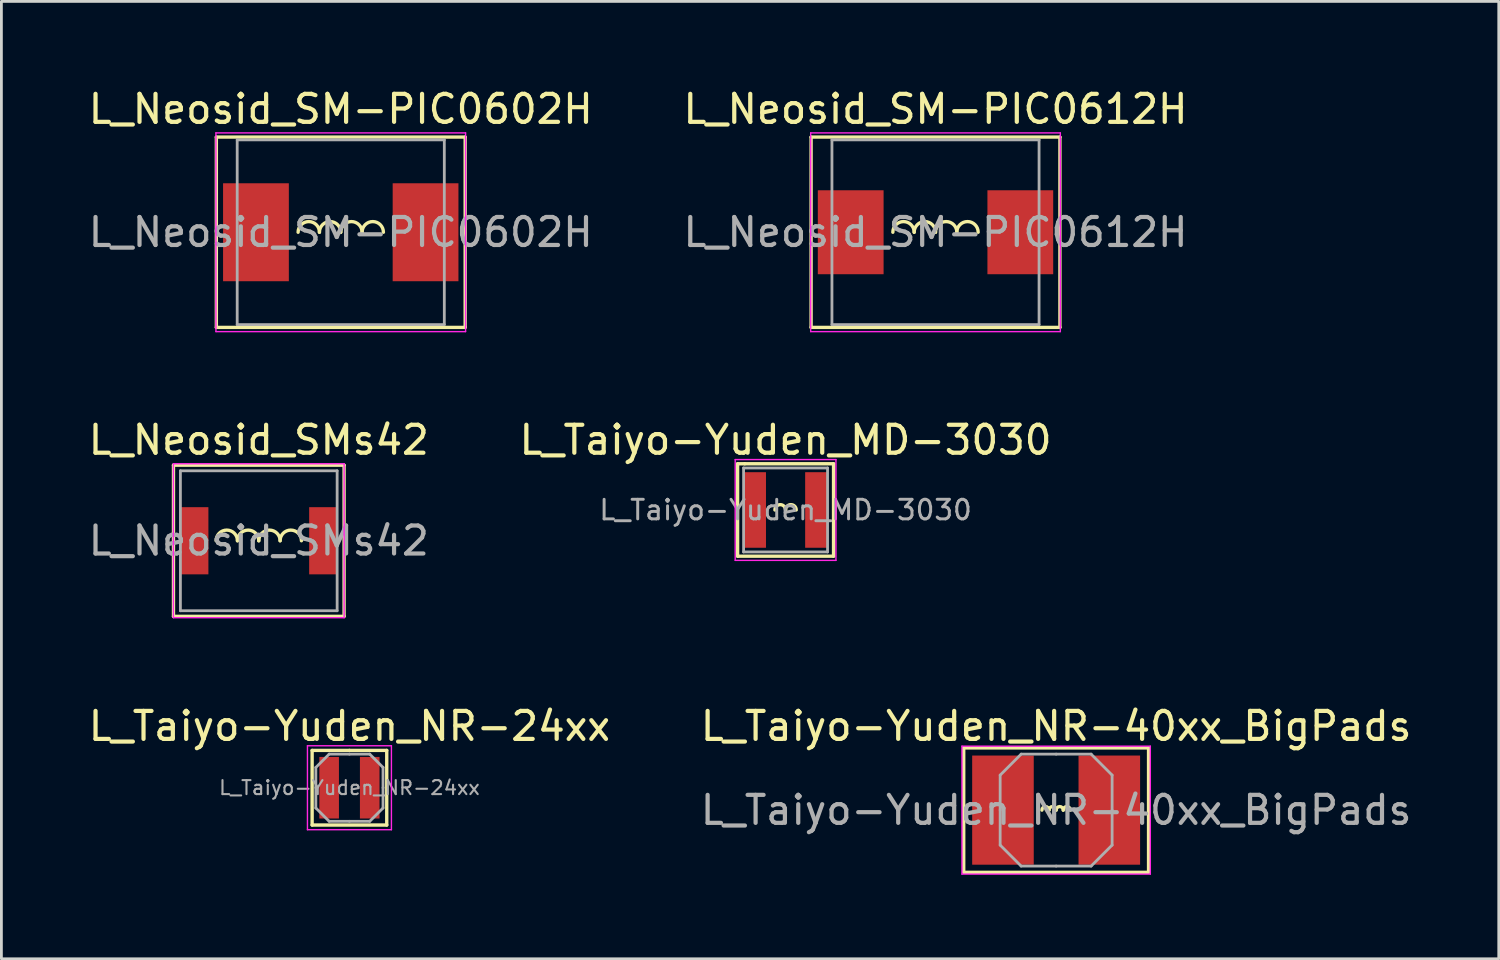
<source format=kicad_pcb>
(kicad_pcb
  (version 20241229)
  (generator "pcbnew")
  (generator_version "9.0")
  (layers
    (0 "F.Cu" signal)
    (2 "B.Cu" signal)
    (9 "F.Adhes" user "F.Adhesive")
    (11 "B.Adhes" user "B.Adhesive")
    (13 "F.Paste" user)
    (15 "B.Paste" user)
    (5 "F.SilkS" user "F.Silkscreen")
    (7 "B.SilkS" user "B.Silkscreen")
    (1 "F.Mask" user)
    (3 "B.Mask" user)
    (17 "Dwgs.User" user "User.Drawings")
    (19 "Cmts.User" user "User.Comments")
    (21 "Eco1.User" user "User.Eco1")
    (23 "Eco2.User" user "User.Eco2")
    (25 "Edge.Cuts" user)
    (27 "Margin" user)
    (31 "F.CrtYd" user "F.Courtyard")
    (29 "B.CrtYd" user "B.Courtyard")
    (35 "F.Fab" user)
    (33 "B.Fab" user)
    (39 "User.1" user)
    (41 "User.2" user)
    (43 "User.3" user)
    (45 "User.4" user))
  (footprint "L_Taiyo-Yuden_NR-40xx_BigPads"
    (layer "F.Cu")
    (at 34.685 25.895)
    (property "Reference" "L_Taiyo-Yuden_NR-40xx_BigPads" (at 0 -3 0) (layer "F.SilkS") (effects (font (size 1 1) (thickness 0.15))))
    (attr smd)
    (fp_line (start -3.302 -2.223) (end 3.302 -2.223) (stroke (width 0.12) (type solid)) (layer "F.SilkS"))
    (fp_line (start -3.302 2.223) (end -3.302 -2.223) (stroke (width 0.12) (type solid)) (layer "F.SilkS"))
    (fp_line (start 3.302 -2.223) (end 3.302 2.223) (stroke (width 0.12) (type solid)) (layer "F.SilkS"))
    (fp_line (start 3.302 2.223) (end -3.302 2.223) (stroke (width 0.12) (type solid)) (layer "F.SilkS"))
    (fp_arc (start -0.508 0) (mid -0.381 -0.127) (end -0.254 0) (stroke (width 0.12) (type solid)) (layer "F.SilkS"))
    (fp_arc (start -0.254 0) (mid -0.127 -0.127) (end 0 0) (stroke (width 0.12) (type solid)) (layer "F.SilkS"))
    (fp_arc (start 0 0) (mid 0.127 -0.127) (end 0.254 0) (stroke (width 0.12) (type solid)) (layer "F.SilkS"))
    (fp_arc (start 0.254 0) (mid 0.381 -0.127) (end 0.508 0) (stroke (width 0.12) (type solid)) (layer "F.SilkS"))
    (fp_line (start -3.365 -2.286) (end -3.365 2.286) (stroke (width 0.05) (type solid)) (layer "F.CrtYd"))
    (fp_line (start -3.365 2.286) (end 3.365 2.286) (stroke (width 0.05) (type solid)) (layer "F.CrtYd"))
    (fp_line (start 3.365 -2.286) (end -3.365 -2.286) (stroke (width 0.05) (type solid)) (layer "F.CrtYd"))
    (fp_line (start 3.365 2.286) (end 3.365 -2.286) (stroke (width 0.05) (type solid)) (layer "F.CrtYd"))
    (fp_line (start -2 -1.25) (end -1.25 -2) (stroke (width 0.1) (type solid)) (layer "F.Fab"))
    (fp_line (start -2 0) (end -2 -1.25) (stroke (width 0.1) (type solid)) (layer "F.Fab"))
    (fp_line (start -2 0) (end -2 1.25) (stroke (width 0.1) (type solid)) (layer "F.Fab"))
    (fp_line (start -2 1.25) (end -1.25 2) (stroke (width 0.1) (type solid)) (layer "F.Fab"))
    (fp_line (start -1.25 -2) (end 0 -2) (stroke (width 0.1) (type solid)) (layer "F.Fab"))
    (fp_line (start -1.25 2) (end 0 2) (stroke (width 0.1) (type solid)) (layer "F.Fab"))
    (fp_line (start 1.25 -2) (end 0 -2) (stroke (width 0.1) (type solid)) (layer "F.Fab"))
    (fp_line (start 1.25 2) (end 0 2) (stroke (width 0.1) (type solid)) (layer "F.Fab"))
    (fp_line (start 2 -1.25) (end 1.25 -2) (stroke (width 0.1) (type solid)) (layer "F.Fab"))
    (fp_line (start 2 0) (end 2 -1.25) (stroke (width 0.1) (type solid)) (layer "F.Fab"))
    (fp_line (start 2 0) (end 2 1.25) (stroke (width 0.1) (type solid)) (layer "F.Fab"))
    (fp_line (start 2 1.25) (end 1.25 2) (stroke (width 0.1) (type solid)) (layer "F.Fab"))
    (fp_text user "${REFERENCE}" (at 0 0 0) (layer "F.Fab") (effects (font (size 1 1) (thickness 0.15))))
    (pad "1" smd rect (at -1.9 0) (size 2.2 3.9) (layers "F.Cu" "F.Mask" "F.Paste"))
    (pad "2" smd rect (at 1.9 0) (size 2.2 3.9) (layers "F.Cu" "F.Mask" "F.Paste")))
  (footprint "L_Taiyo-Yuden_NR-24xx"
    (layer "F.Cu")
    (at 9.435 25.095)
    (property "Reference" "L_Taiyo-Yuden_NR-24xx" (at 0 -2.2 0) (layer "F.SilkS") (effects (font (size 1 1) (thickness 0.15))))
    (attr smd)
    (fp_line (start -1.333 -1.333) (end -1.333 1.333) (stroke (width 0.12) (type solid)) (layer "F.SilkS"))
    (fp_line (start -1.333 1.333) (end 1.333 1.333) (stroke (width 0.12) (type solid)) (layer "F.SilkS"))
    (fp_line (start 0 -1.333) (end -1.333 -1.333) (stroke (width 0.12) (type solid)) (layer "F.SilkS"))
    (fp_line (start 1.333 -1.333) (end 0 -1.333) (stroke (width 0.12) (type solid)) (layer "F.SilkS"))
    (fp_line (start 1.333 1.333) (end 1.333 -1.333) (stroke (width 0.12) (type solid)) (layer "F.SilkS"))
    (fp_line (start -1.5 -1.5) (end -1.5 1.5) (stroke (width 0.05) (type solid)) (layer "F.CrtYd"))
    (fp_line (start -1.5 1.5) (end 1.5 1.5) (stroke (width 0.05) (type solid)) (layer "F.CrtYd"))
    (fp_line (start 1.5 -1.5) (end -1.5 -1.5) (stroke (width 0.05) (type solid)) (layer "F.CrtYd"))
    (fp_line (start 1.5 1.5) (end 1.5 -1.5) (stroke (width 0.05) (type solid)) (layer "F.CrtYd"))
    (fp_line (start -1.2 -0.725) (end -0.725 -1.2) (stroke (width 0.1) (type solid)) (layer "F.Fab"))
    (fp_line (start -1.2 0) (end -1.2 -0.725) (stroke (width 0.1) (type solid)) (layer "F.Fab"))
    (fp_line (start -1.2 0) (end -1.2 0.725) (stroke (width 0.1) (type solid)) (layer "F.Fab"))
    (fp_line (start -1.2 0.725) (end -0.725 1.2) (stroke (width 0.1) (type solid)) (layer "F.Fab"))
    (fp_line (start -0.725 -1.2) (end 0 -1.2) (stroke (width 0.1) (type solid)) (layer "F.Fab"))
    (fp_line (start -0.725 1.2) (end 0 1.2) (stroke (width 0.1) (type solid)) (layer "F.Fab"))
    (fp_line (start 0.725 -1.2) (end 0 -1.2) (stroke (width 0.1) (type solid)) (layer "F.Fab"))
    (fp_line (start 0.725 1.2) (end 0 1.2) (stroke (width 0.1) (type solid)) (layer "F.Fab"))
    (fp_line (start 1.2 -0.725) (end 0.725 -1.2) (stroke (width 0.1) (type solid)) (layer "F.Fab"))
    (fp_line (start 1.2 0) (end 1.2 -0.725) (stroke (width 0.1) (type solid)) (layer "F.Fab"))
    (fp_line (start 1.2 0) (end 1.2 0.725) (stroke (width 0.1) (type solid)) (layer "F.Fab"))
    (fp_line (start 1.2 0.725) (end 0.725 1.2) (stroke (width 0.1) (type solid)) (layer "F.Fab"))
    (fp_text user "${REFERENCE}" (at 0 0 0) (layer "F.Fab") (effects (font (size 0.5 0.5) (thickness 0.075))))
    (pad "1" smd rect (at -0.725 0) (size 0.7 2.2) (layers "F.Cu" "F.Mask" "F.Paste"))
    (pad "2" smd rect (at 0.725 0) (size 0.7 2.2) (layers "F.Cu" "F.Mask" "F.Paste")))
  (footprint "L_Neosid_SM-PIC0612H"
    (layer "F.Cu")
    (at 30.375 5.248)
    (property "Reference" "L_Neosid_SM-PIC0612H" (at 0 -4.4 0) (layer "F.SilkS") (effects (font (size 1 1) (thickness 0.15))))
    (attr smd)
    (fp_line (start -4.445 -3.4) (end -4.445 3.4) (stroke (width 0.12) (type solid)) (layer "F.SilkS"))
    (fp_line (start -4.445 3.4) (end 4.445 3.4) (stroke (width 0.12) (type solid)) (layer "F.SilkS"))
    (fp_line (start 4.445 -3.4) (end -4.445 -3.4) (stroke (width 0.12) (type solid)) (layer "F.SilkS"))
    (fp_line (start 4.445 -3.4) (end 4.445 3.4) (stroke (width 0.12) (type solid)) (layer "F.SilkS"))
    (fp_arc (start -1.524 0) (mid -1.143 -0.381) (end -0.762 0) (stroke (width 0.12) (type solid)) (layer "F.SilkS"))
    (fp_arc (start -0.762 0) (mid -0.381 -0.381) (end 0 0) (stroke (width 0.12) (type solid)) (layer "F.SilkS"))
    (fp_arc (start 0 0) (mid 0.381 -0.381) (end 0.762 0) (stroke (width 0.12) (type solid)) (layer "F.SilkS"))
    (fp_arc (start 0.762 0) (mid 1.143 -0.381) (end 1.524 0) (stroke (width 0.12) (type solid)) (layer "F.SilkS"))
    (fp_line (start -4.46 -3.55) (end -4.46 3.55) (stroke (width 0.05) (type solid)) (layer "F.CrtYd"))
    (fp_line (start -4.46 -3.55) (end 4.46 -3.55) (stroke (width 0.05) (type solid)) (layer "F.CrtYd"))
    (fp_line (start 4.46 3.55) (end -4.46 3.55) (stroke (width 0.05) (type solid)) (layer "F.CrtYd"))
    (fp_line (start 4.46 3.55) (end 4.46 -3.55) (stroke (width 0.05) (type solid)) (layer "F.CrtYd"))
    (fp_line (start -3.7 -3.3) (end 3.7 -3.3) (stroke (width 0.1) (type solid)) (layer "F.Fab"))
    (fp_line (start -3.7 3.3) (end -3.7 -3.3) (stroke (width 0.1) (type solid)) (layer "F.Fab"))
    (fp_line (start 3.7 -3.3) (end 3.7 3.3) (stroke (width 0.1) (type solid)) (layer "F.Fab"))
    (fp_line (start 3.7 3.3) (end -3.7 3.3) (stroke (width 0.1) (type solid)) (layer "F.Fab"))
    (fp_text user "${REFERENCE}" (at 0 0 0) (layer "F.Fab") (effects (font (size 1 1) (thickness 0.15))))
    (pad "1" smd rect (at -3.03 0) (size 2.35 3) (layers "F.Cu" "F.Mask" "F.Paste"))
    (pad "2" smd rect (at 3.03 0) (size 2.35 3) (layers "F.Cu" "F.Mask" "F.Paste")))
  (footprint "L_Taiyo-Yuden_MD-3030"
    (layer "F.Cu")
    (at 25.018 15.171)
    (property "Reference" "L_Taiyo-Yuden_MD-3030" (at 0 -2.5 0) (layer "F.SilkS") (effects (font (size 1 1) (thickness 0.15))))
    (attr smd)
    (fp_line (start -1.714 -1.651) (end -1.714 1.651) (stroke (width 0.12) (type solid)) (layer "F.SilkS"))
    (fp_line (start -1.714 1.651) (end 1.714 1.651) (stroke (width 0.12) (type solid)) (layer "F.SilkS"))
    (fp_line (start -1.46 -1.651) (end -1.714 -1.651) (stroke (width 0.12) (type solid)) (layer "F.SilkS"))
    (fp_line (start 1.714 -1.651) (end -1.46 -1.651) (stroke (width 0.12) (type solid)) (layer "F.SilkS"))
    (fp_line (start 1.714 1.651) (end 1.714 -1.651) (stroke (width 0.12) (type solid)) (layer "F.SilkS"))
    (fp_arc (start -0.381 0) (mid -0.1905 -0.1905) (end 0 0) (stroke (width 0.12) (type solid)) (layer "F.SilkS"))
    (fp_arc (start 0 0) (mid 0.1905 -0.1905) (end 0.381 0) (stroke (width 0.12) (type solid)) (layer "F.SilkS"))
    (fp_line (start -1.8 -1.8) (end -1.8 1.8) (stroke (width 0.05) (type solid)) (layer "F.CrtYd"))
    (fp_line (start -1.8 1.8) (end 1.8 1.8) (stroke (width 0.05) (type solid)) (layer "F.CrtYd"))
    (fp_line (start 1.8 -1.8) (end -1.8 -1.8) (stroke (width 0.05) (type solid)) (layer "F.CrtYd"))
    (fp_line (start 1.8 1.8) (end 1.8 -1.8) (stroke (width 0.05) (type solid)) (layer "F.CrtYd"))
    (fp_line (start -1.5 -1.5) (end -1.5 1.5) (stroke (width 0.1) (type solid)) (layer "F.Fab"))
    (fp_line (start -1.5 1.5) (end 1.5 1.5) (stroke (width 0.1) (type solid)) (layer "F.Fab"))
    (fp_line (start 1.5 -1.5) (end -1.5 -1.5) (stroke (width 0.1) (type solid)) (layer "F.Fab"))
    (fp_line (start 1.5 1.5) (end 1.5 -1.5) (stroke (width 0.1) (type solid)) (layer "F.Fab"))
    (fp_text user "${REFERENCE}" (at 0 0 0) (layer "F.Fab") (effects (font (size 0.7 0.7) (thickness 0.105))))
    (pad "1" smd rect (at -1.1 0) (size 0.8 2.7) (layers "F.Cu" "F.Mask" "F.Paste"))
    (pad "2" smd rect (at 1.1 0) (size 0.8 2.7) (layers "F.Cu" "F.Mask" "F.Paste")))
  (footprint "L_Neosid_SMs42"
    (layer "F.Cu")
    (at 6.196 16.271)
    (property "Reference" "L_Neosid_SMs42" (at 0 -3.6 0) (layer "F.SilkS") (effects (font (size 1 1) (thickness 0.15))))
    (attr smd)
    (fp_line (start -3.048 -2.7) (end -3.048 2.7) (stroke (width 0.12) (type solid)) (layer "F.SilkS"))
    (fp_line (start -3.048 -2.7) (end 3.048 -2.7) (stroke (width 0.12) (type solid)) (layer "F.SilkS"))
    (fp_line (start 3.048 -2.7) (end 3.048 2.7) (stroke (width 0.12) (type solid)) (layer "F.SilkS"))
    (fp_line (start 3.048 2.7) (end -3.048 2.7) (stroke (width 0.12) (type solid)) (layer "F.SilkS"))
    (fp_arc (start -1.524 0) (mid -1.143 -0.381) (end -0.762 0) (stroke (width 0.12) (type solid)) (layer "F.SilkS"))
    (fp_arc (start -0.762 0) (mid -0.381 -0.381) (end 0 0) (stroke (width 0.12) (type solid)) (layer "F.SilkS"))
    (fp_arc (start 0 0) (mid 0.381 -0.381) (end 0.762 0) (stroke (width 0.12) (type solid)) (layer "F.SilkS"))
    (fp_arc (start 0.762 0) (mid 1.143 -0.381) (end 1.524 0) (stroke (width 0.12) (type solid)) (layer "F.SilkS"))
    (fp_line (start -3.05 -2.75) (end -3.05 2.75) (stroke (width 0.05) (type solid)) (layer "F.CrtYd"))
    (fp_line (start -3.05 -2.75) (end 3.05 -2.75) (stroke (width 0.05) (type solid)) (layer "F.CrtYd"))
    (fp_line (start 3.05 2.75) (end -3.05 2.75) (stroke (width 0.05) (type solid)) (layer "F.CrtYd"))
    (fp_line (start 3.05 2.75) (end 3.05 -2.75) (stroke (width 0.05) (type solid)) (layer "F.CrtYd"))
    (fp_line (start -2.8 -2.5) (end 2.8 -2.5) (stroke (width 0.1) (type solid)) (layer "F.Fab"))
    (fp_line (start -2.8 2.5) (end -2.8 -2.5) (stroke (width 0.1) (type solid)) (layer "F.Fab"))
    (fp_line (start 2.8 -2.5) (end 2.8 2.5) (stroke (width 0.1) (type solid)) (layer "F.Fab"))
    (fp_line (start 2.8 2.5) (end -2.8 2.5) (stroke (width 0.1) (type solid)) (layer "F.Fab"))
    (fp_text user "${REFERENCE}" (at 0 0 0) (layer "F.Fab") (effects (font (size 1 1) (thickness 0.15))))
    (pad "1" smd rect (at -2.3 0) (size 1 2.4) (layers "F.Cu" "F.Mask" "F.Paste"))
    (pad "2" smd rect (at 2.3 0) (size 1 2.4) (layers "F.Cu" "F.Mask" "F.Paste")))
  (footprint "L_Neosid_SM-PIC0602H"
    (layer "F.Cu")
    (at 9.125 5.248)
    (property "Reference" "L_Neosid_SM-PIC0602H" (at 0 -4.4 0) (layer "F.SilkS") (effects (font (size 1 1) (thickness 0.15))))
    (attr smd)
    (fp_line (start -4.445 -3.4) (end -4.445 3.4) (stroke (width 0.12) (type solid)) (layer "F.SilkS"))
    (fp_line (start -4.445 3.4) (end 4.445 3.4) (stroke (width 0.12) (type solid)) (layer "F.SilkS"))
    (fp_line (start 4.445 -3.4) (end -4.445 -3.4) (stroke (width 0.12) (type solid)) (layer "F.SilkS"))
    (fp_line (start 4.445 -3.4) (end 4.445 3.4) (stroke (width 0.12) (type solid)) (layer "F.SilkS"))
    (fp_arc (start -1.524 0) (mid -1.143 -0.381) (end -0.762 0) (stroke (width 0.12) (type solid)) (layer "F.SilkS"))
    (fp_arc (start -0.762 0) (mid -0.381 -0.381) (end 0 0) (stroke (width 0.12) (type solid)) (layer "F.SilkS"))
    (fp_arc (start 0 0) (mid 0.381 -0.381) (end 0.762 0) (stroke (width 0.12) (type solid)) (layer "F.SilkS"))
    (fp_arc (start 0.762 0) (mid 1.143 -0.381) (end 1.524 0) (stroke (width 0.12) (type solid)) (layer "F.SilkS"))
    (fp_line (start -4.46 -3.55) (end -4.46 3.55) (stroke (width 0.05) (type solid)) (layer "F.CrtYd"))
    (fp_line (start -4.46 -3.55) (end 4.46 -3.55) (stroke (width 0.05) (type solid)) (layer "F.CrtYd"))
    (fp_line (start 4.46 3.55) (end -4.46 3.55) (stroke (width 0.05) (type solid)) (layer "F.CrtYd"))
    (fp_line (start 4.46 3.55) (end 4.46 -3.55) (stroke (width 0.05) (type solid)) (layer "F.CrtYd"))
    (fp_line (start -3.7 -3.3) (end -3.7 3.3) (stroke (width 0.1) (type solid)) (layer "F.Fab"))
    (fp_line (start -3.7 3.3) (end 3.7 3.3) (stroke (width 0.1) (type solid)) (layer "F.Fab"))
    (fp_line (start 3.7 -3.3) (end -3.7 -3.3) (stroke (width 0.1) (type solid)) (layer "F.Fab"))
    (fp_line (start 3.7 3.3) (end 3.7 -3.3) (stroke (width 0.1) (type solid)) (layer "F.Fab"))
    (fp_text user "${REFERENCE}" (at 0 0 0) (layer "F.Fab") (effects (font (size 1 1) (thickness 0.15))))
    (pad "1" smd rect (at -3.03 0) (size 2.35 3.5) (layers "F.Cu" "F.Mask" "F.Paste"))
    (pad "2" smd rect (at 3.03 0) (size 2.35 3.5) (layers "F.Cu" "F.Mask" "F.Paste")))
  (gr_rect
    (start -3 -3)
    (end 50.5 31.206)
    (stroke (width 0.1) (type default))
    (fill no)
    (layer "Edge.Cuts")))
</source>
